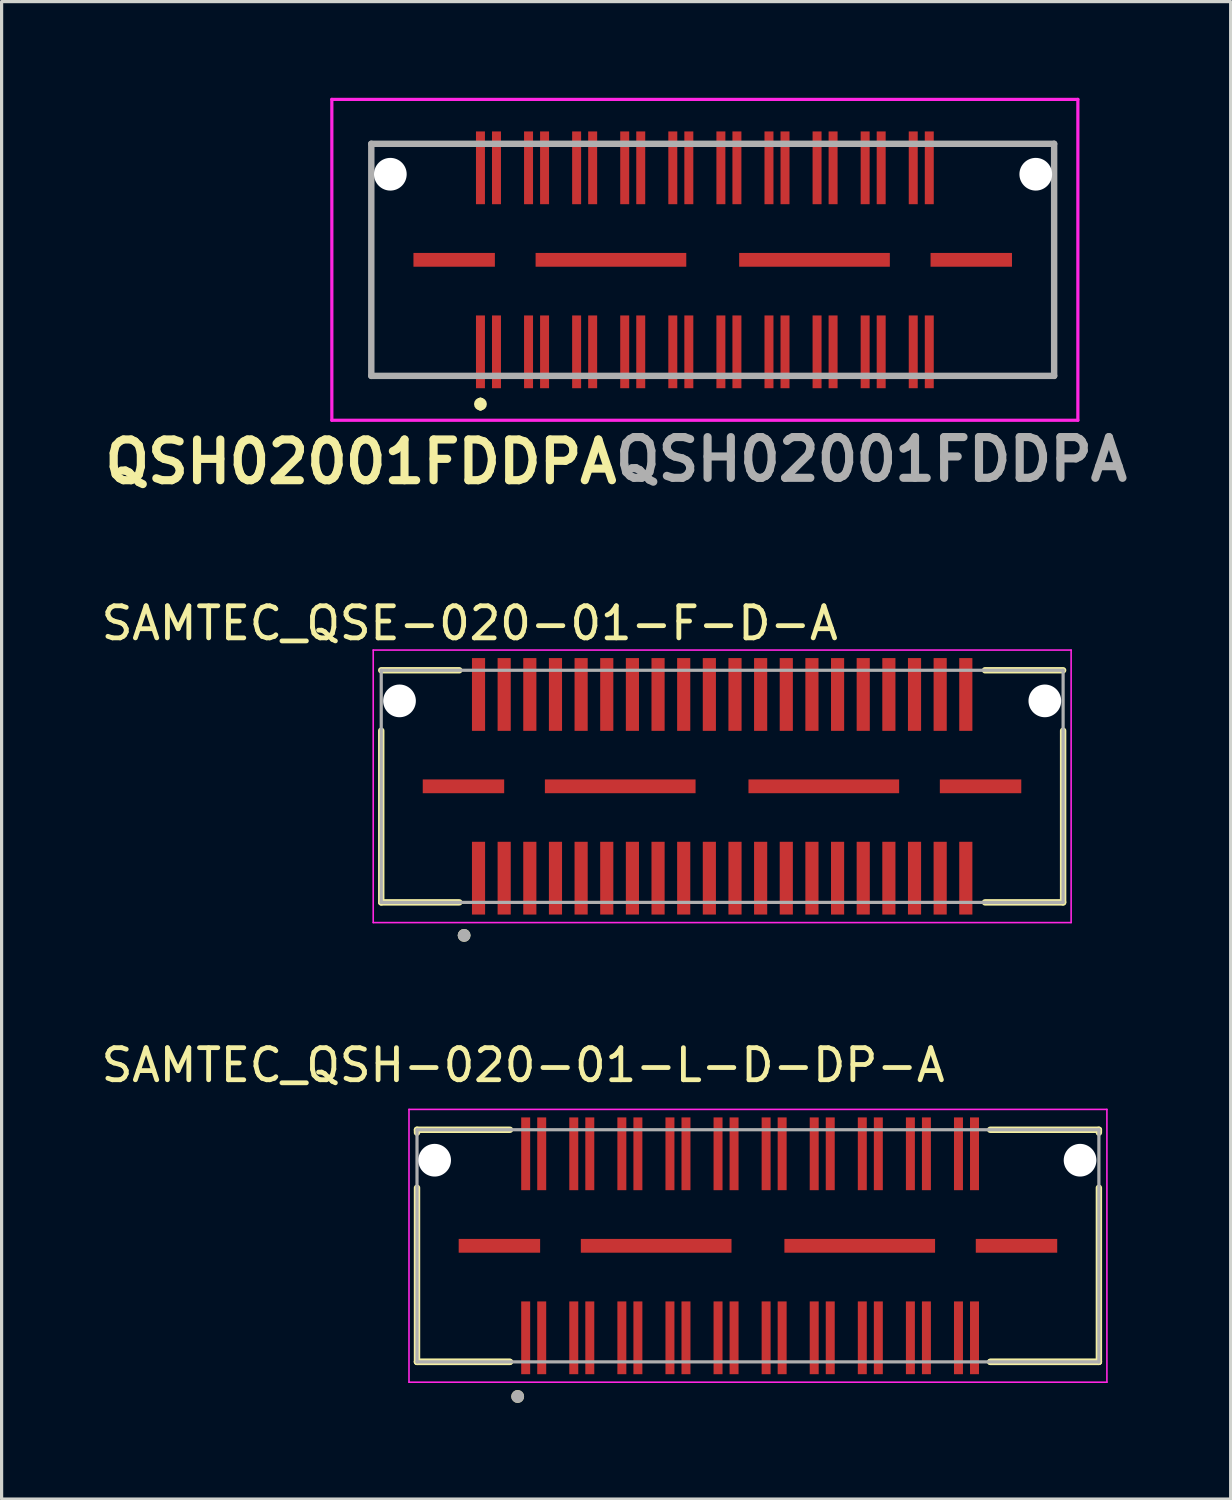
<source format=kicad_pcb>
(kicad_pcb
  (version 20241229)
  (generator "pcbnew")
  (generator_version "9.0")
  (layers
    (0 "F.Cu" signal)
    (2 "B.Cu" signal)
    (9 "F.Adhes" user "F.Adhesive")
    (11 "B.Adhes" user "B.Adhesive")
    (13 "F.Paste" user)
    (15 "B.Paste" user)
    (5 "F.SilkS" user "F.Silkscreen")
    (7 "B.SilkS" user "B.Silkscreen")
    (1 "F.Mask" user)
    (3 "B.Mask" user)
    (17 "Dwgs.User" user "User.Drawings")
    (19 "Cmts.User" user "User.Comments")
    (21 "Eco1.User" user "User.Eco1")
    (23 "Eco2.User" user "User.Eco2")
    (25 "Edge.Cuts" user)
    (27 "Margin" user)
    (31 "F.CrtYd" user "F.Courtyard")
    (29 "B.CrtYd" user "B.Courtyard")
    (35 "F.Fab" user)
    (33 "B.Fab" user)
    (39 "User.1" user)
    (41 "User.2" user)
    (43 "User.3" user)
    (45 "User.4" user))
  (footprint "SAMTEC_QSH-020-01-L-D-DP-A"
    (layer "F.Cu")
    (at 20.593 35.811)
    (property "Reference" "SAMTEC_QSH-020-01-L-D-DP-A" (at -7.325 -5.635 0) (layer "F.SilkS") (effects (font (size 1 1) (thickness 0.15))))
    (attr smd)
    (fp_line (start -10.635 -3.62) (end -7.735 -3.62) (stroke (width 0.2) (type solid)) (layer "F.SilkS"))
    (fp_line (start -10.635 -3.53) (end -10.635 -3.62) (stroke (width 0.2) (type solid)) (layer "F.SilkS"))
    (fp_line (start -10.635 3.62) (end -10.635 -1.81) (stroke (width 0.2) (type solid)) (layer "F.SilkS"))
    (fp_line (start -7.745 3.62) (end -10.635 3.62) (stroke (width 0.2) (type solid)) (layer "F.SilkS"))
    (fp_line (start -7.735 3.62) (end -10.635 3.62) (stroke (width 0.2) (type solid)) (layer "F.SilkS"))
    (fp_line (start 7.245 -3.62) (end 10.635 -3.62) (stroke (width 0.2) (type solid)) (layer "F.SilkS"))
    (fp_line (start 10.635 -3.62) (end 10.635 -3.53) (stroke (width 0.2) (type solid)) (layer "F.SilkS"))
    (fp_line (start 10.635 3.62) (end 7.245 3.62) (stroke (width 0.2) (type solid)) (layer "F.SilkS"))
    (fp_line (start 10.635 3.62) (end 7.255 3.62) (stroke (width 0.2) (type solid)) (layer "F.SilkS"))
    (fp_line (start 10.635 3.62) (end 10.635 -1.81) (stroke (width 0.2) (type solid)) (layer "F.SilkS"))
    (fp_circle (center -7.495 4.7) (end -7.395 4.7) (stroke (width 0.2) (type solid)) (fill no) (layer "F.SilkS"))
    (fp_line (start -10.885 -4.255) (end -10.885 4.255) (stroke (width 0.05) (type solid)) (layer "F.CrtYd"))
    (fp_line (start -10.885 4.255) (end 10.885 4.255) (stroke (width 0.05) (type solid)) (layer "F.CrtYd"))
    (fp_line (start 10.885 -4.255) (end -10.885 -4.255) (stroke (width 0.05) (type solid)) (layer "F.CrtYd"))
    (fp_line (start 10.885 4.255) (end 10.885 -4.255) (stroke (width 0.05) (type solid)) (layer "F.CrtYd"))
    (fp_line (start -10.635 -3.62) (end 10.635 -3.62) (stroke (width 0.1) (type solid)) (layer "F.Fab"))
    (fp_line (start -10.635 3.62) (end -10.635 -3.62) (stroke (width 0.1) (type solid)) (layer "F.Fab"))
    (fp_line (start 10.635 -3.62) (end 10.635 3.62) (stroke (width 0.1) (type solid)) (layer "F.Fab"))
    (fp_line (start 10.635 3.62) (end -10.635 3.62) (stroke (width 0.1) (type solid)) (layer "F.Fab"))
    (fp_circle (center -7.495 4.7) (end -7.395 4.7) (stroke (width 0.2) (type solid)) (fill no) (layer "F.Fab"))
    (pad "" np_thru_hole circle (at -10.085 -2.67) (size 1.02 1.02) (drill 1.02) (layers "*.Cu" "*.Mask"))
    (pad "" np_thru_hole circle (at 10.048 -2.67) (size 1.02 1.02) (drill 1.02) (layers "*.Cu" "*.Mask"))
    (pad "01" smd rect (at -7.245 2.87) (size 0.28 2.27) (layers "F.Cu" "F.Mask" "F.Paste"))
    (pad "02" smd rect (at -7.245 -2.87) (size 0.28 2.27) (layers "F.Cu" "F.Mask" "F.Paste"))
    (pad "03" smd rect (at -6.745 2.87) (size 0.28 2.27) (layers "F.Cu" "F.Mask" "F.Paste"))
    (pad "04" smd rect (at -6.745 -2.87) (size 0.28 2.27) (layers "F.Cu" "F.Mask" "F.Paste"))
    (pad "05" smd rect (at -5.745 2.87) (size 0.28 2.27) (layers "F.Cu" "F.Mask" "F.Paste"))
    (pad "06" smd rect (at -5.745 -2.87) (size 0.28 2.27) (layers "F.Cu" "F.Mask" "F.Paste"))
    (pad "07" smd rect (at -5.245 2.87) (size 0.28 2.27) (layers "F.Cu" "F.Mask" "F.Paste"))
    (pad "08" smd rect (at -5.245 -2.87) (size 0.28 2.27) (layers "F.Cu" "F.Mask" "F.Paste"))
    (pad "09" smd rect (at -4.245 2.87) (size 0.28 2.27) (layers "F.Cu" "F.Mask" "F.Paste"))
    (pad "10" smd rect (at -4.245 -2.87) (size 0.28 2.27) (layers "F.Cu" "F.Mask" "F.Paste"))
    (pad "11" smd rect (at -3.745 2.87) (size 0.28 2.27) (layers "F.Cu" "F.Mask" "F.Paste"))
    (pad "12" smd rect (at -3.745 -2.87) (size 0.28 2.27) (layers "F.Cu" "F.Mask" "F.Paste"))
    (pad "13" smd rect (at -2.745 2.87) (size 0.28 2.27) (layers "F.Cu" "F.Mask" "F.Paste"))
    (pad "14" smd rect (at -2.745 -2.87) (size 0.28 2.27) (layers "F.Cu" "F.Mask" "F.Paste"))
    (pad "15" smd rect (at -2.245 2.87) (size 0.28 2.27) (layers "F.Cu" "F.Mask" "F.Paste"))
    (pad "16" smd rect (at -2.245 -2.87) (size 0.28 2.27) (layers "F.Cu" "F.Mask" "F.Paste"))
    (pad "17" smd rect (at -1.245 2.87) (size 0.28 2.27) (layers "F.Cu" "F.Mask" "F.Paste"))
    (pad "18" smd rect (at -1.245 -2.87) (size 0.28 2.27) (layers "F.Cu" "F.Mask" "F.Paste"))
    (pad "19" smd rect (at -0.745 2.87) (size 0.28 2.27) (layers "F.Cu" "F.Mask" "F.Paste"))
    (pad "20" smd rect (at -0.745 -2.87) (size 0.28 2.27) (layers "F.Cu" "F.Mask" "F.Paste"))
    (pad "21" smd rect (at 0.255 2.87) (size 0.28 2.27) (layers "F.Cu" "F.Mask" "F.Paste"))
    (pad "22" smd rect (at 0.255 -2.87) (size 0.28 2.27) (layers "F.Cu" "F.Mask" "F.Paste"))
    (pad "23" smd rect (at 0.755 2.87) (size 0.28 2.27) (layers "F.Cu" "F.Mask" "F.Paste"))
    (pad "24" smd rect (at 0.755 -2.87) (size 0.28 2.27) (layers "F.Cu" "F.Mask" "F.Paste"))
    (pad "25" smd rect (at 1.755 2.87) (size 0.28 2.27) (layers "F.Cu" "F.Mask" "F.Paste"))
    (pad "26" smd rect (at 1.755 -2.87) (size 0.28 2.27) (layers "F.Cu" "F.Mask" "F.Paste"))
    (pad "27" smd rect (at 2.255 2.87) (size 0.28 2.27) (layers "F.Cu" "F.Mask" "F.Paste"))
    (pad "28" smd rect (at 2.255 -2.87) (size 0.28 2.27) (layers "F.Cu" "F.Mask" "F.Paste"))
    (pad "29" smd rect (at 3.255 2.87) (size 0.28 2.27) (layers "F.Cu" "F.Mask" "F.Paste"))
    (pad "30" smd rect (at 3.255 -2.87) (size 0.28 2.27) (layers "F.Cu" "F.Mask" "F.Paste"))
    (pad "31" smd rect (at 3.755 2.87) (size 0.28 2.27) (layers "F.Cu" "F.Mask" "F.Paste"))
    (pad "32" smd rect (at 3.755 -2.87) (size 0.28 2.27) (layers "F.Cu" "F.Mask" "F.Paste"))
    (pad "33" smd rect (at 4.755 2.87) (size 0.28 2.27) (layers "F.Cu" "F.Mask" "F.Paste"))
    (pad "34" smd rect (at 4.755 -2.87) (size 0.28 2.27) (layers "F.Cu" "F.Mask" "F.Paste"))
    (pad "35" smd rect (at 5.255 2.87) (size 0.28 2.27) (layers "F.Cu" "F.Mask" "F.Paste"))
    (pad "36" smd rect (at 5.255 -2.87) (size 0.28 2.27) (layers "F.Cu" "F.Mask" "F.Paste"))
    (pad "37" smd rect (at 6.255 2.87) (size 0.28 2.27) (layers "F.Cu" "F.Mask" "F.Paste"))
    (pad "38" smd rect (at 6.255 -2.87) (size 0.28 2.27) (layers "F.Cu" "F.Mask" "F.Paste"))
    (pad "39" smd rect (at 6.755 2.87) (size 0.28 2.27) (layers "F.Cu" "F.Mask" "F.Paste"))
    (pad "40" smd rect (at 6.755 -2.87) (size 0.28 2.27) (layers "F.Cu" "F.Mask" "F.Paste"))
    (pad "G1" smd rect (at -8.065 0) (size 2.54 0.43) (layers "F.Cu" "F.Mask" "F.Paste"))
    (pad "G2" smd rect (at -3.175 0) (size 4.7 0.43) (layers "F.Cu" "F.Mask" "F.Paste"))
    (pad "G3" smd rect (at 3.175 0) (size 4.7 0.43) (layers "F.Cu" "F.Mask" "F.Paste"))
    (pad "G4" smd rect (at 8.065 0) (size 2.54 0.43) (layers "F.Cu" "F.Mask" "F.Paste")))
  (footprint "SAMTEC_QSE-020-01-F-D-A"
    (layer "F.Cu")
    (at 19.477 21.478)
    (property "Reference" "SAMTEC_QSE-020-01-F-D-A" (at -7.875 -5.086 0) (layer "F.SilkS") (effects (font (size 1 1) (thickness 0.15))))
    (attr smd)
    (fp_line (start -10.635 -1.735) (end -10.635 3.62) (stroke (width 0.2) (type solid)) (layer "F.SilkS"))
    (fp_line (start -10.635 3.62) (end -8.2 3.62) (stroke (width 0.2) (type solid)) (layer "F.SilkS"))
    (fp_line (start -8.2 -3.62) (end -10.635 -3.62) (stroke (width 0.2) (type solid)) (layer "F.SilkS"))
    (fp_line (start 8.2 -3.62) (end 10.635 -3.62) (stroke (width 0.2) (type solid)) (layer "F.SilkS"))
    (fp_line (start 10.635 -1.735) (end 10.635 3.62) (stroke (width 0.2) (type solid)) (layer "F.SilkS"))
    (fp_line (start 10.635 3.62) (end 8.2 3.62) (stroke (width 0.2) (type solid)) (layer "F.SilkS"))
    (fp_circle (center -8.05 4.65) (end -7.95 4.65) (stroke (width 0.2) (type solid)) (fill no) (layer "F.SilkS"))
    (fp_line (start -10.885 -4.25) (end 10.885 -4.25) (stroke (width 0.05) (type solid)) (layer "F.CrtYd"))
    (fp_line (start -10.885 4.25) (end -10.885 -4.25) (stroke (width 0.05) (type solid)) (layer "F.CrtYd"))
    (fp_line (start 10.885 -4.25) (end 10.885 4.25) (stroke (width 0.05) (type solid)) (layer "F.CrtYd"))
    (fp_line (start 10.885 4.25) (end -10.885 4.25) (stroke (width 0.05) (type solid)) (layer "F.CrtYd"))
    (fp_line (start -10.635 -3.62) (end 10.635 -3.62) (stroke (width 0.1) (type solid)) (layer "F.Fab"))
    (fp_line (start -10.635 3.62) (end -10.635 -3.62) (stroke (width 0.1) (type solid)) (layer "F.Fab"))
    (fp_line (start 10.635 -3.62) (end 10.635 3.62) (stroke (width 0.1) (type solid)) (layer "F.Fab"))
    (fp_line (start 10.635 3.62) (end -10.635 3.62) (stroke (width 0.1) (type solid)) (layer "F.Fab"))
    (fp_circle (center -8.05 4.65) (end -7.95 4.65) (stroke (width 0.2) (type solid)) (fill no) (layer "F.Fab"))
    (pad "" np_thru_hole circle (at -10.065 -2.665) (size 1.02 1.02) (drill 1.02) (layers "*.Cu" "*.Mask"))
    (pad "" np_thru_hole circle (at 10.065 -2.665) (size 1.02 1.02) (drill 1.02) (layers "*.Cu" "*.Mask"))
    (pad "0" smd rect (at -8.07 0) (size 2.54 0.43) (layers "F.Cu" "F.Mask" "F.Paste"))
    (pad "0" smd rect (at -3.18 0) (size 4.7 0.43) (layers "F.Cu" "F.Mask" "F.Paste"))
    (pad "0" smd rect (at 3.17 0) (size 4.7 0.43) (layers "F.Cu" "F.Mask" "F.Paste"))
    (pad "0" smd rect (at 8.06 0) (size 2.54 0.43) (layers "F.Cu" "F.Mask" "F.Paste"))
    (pad "01" smd rect (at -7.6 2.865) (size 0.41 2.27) (layers "F.Cu" "F.Mask" "F.Paste"))
    (pad "02" smd rect (at -7.6 -2.865 90) (size 2.27 0.41) (layers "F.Cu" "F.Mask" "F.Paste"))
    (pad "03" smd rect (at -6.8 2.865) (size 0.41 2.27) (layers "F.Cu" "F.Mask" "F.Paste"))
    (pad "04" smd rect (at -6.8 -2.865 90) (size 2.27 0.41) (layers "F.Cu" "F.Mask" "F.Paste"))
    (pad "05" smd rect (at -6 2.865) (size 0.41 2.27) (layers "F.Cu" "F.Mask" "F.Paste"))
    (pad "06" smd rect (at -6 -2.865 90) (size 2.27 0.41) (layers "F.Cu" "F.Mask" "F.Paste"))
    (pad "07" smd rect (at -5.2 2.865) (size 0.41 2.27) (layers "F.Cu" "F.Mask" "F.Paste"))
    (pad "08" smd rect (at -5.2 -2.865 90) (size 2.27 0.41) (layers "F.Cu" "F.Mask" "F.Paste"))
    (pad "09" smd rect (at -4.4 2.865) (size 0.41 2.27) (layers "F.Cu" "F.Mask" "F.Paste"))
    (pad "10" smd rect (at -4.4 -2.865 90) (size 2.27 0.41) (layers "F.Cu" "F.Mask" "F.Paste"))
    (pad "11" smd rect (at -3.6 2.865) (size 0.41 2.27) (layers "F.Cu" "F.Mask" "F.Paste"))
    (pad "12" smd rect (at -3.6 -2.865 90) (size 2.27 0.41) (layers "F.Cu" "F.Mask" "F.Paste"))
    (pad "13" smd rect (at -2.8 2.865) (size 0.41 2.27) (layers "F.Cu" "F.Mask" "F.Paste"))
    (pad "14" smd rect (at -2.8 -2.865 90) (size 2.27 0.41) (layers "F.Cu" "F.Mask" "F.Paste"))
    (pad "15" smd rect (at -2 2.865) (size 0.41 2.27) (layers "F.Cu" "F.Mask" "F.Paste"))
    (pad "16" smd rect (at -2 -2.865 90) (size 2.27 0.41) (layers "F.Cu" "F.Mask" "F.Paste"))
    (pad "17" smd rect (at -1.2 2.865) (size 0.41 2.27) (layers "F.Cu" "F.Mask" "F.Paste"))
    (pad "18" smd rect (at -1.2 -2.865 90) (size 2.27 0.41) (layers "F.Cu" "F.Mask" "F.Paste"))
    (pad "19" smd rect (at -0.4 2.865) (size 0.41 2.27) (layers "F.Cu" "F.Mask" "F.Paste"))
    (pad "20" smd rect (at -0.4 -2.865 90) (size 2.27 0.41) (layers "F.Cu" "F.Mask" "F.Paste"))
    (pad "21" smd rect (at 0.4 2.865) (size 0.41 2.27) (layers "F.Cu" "F.Mask" "F.Paste"))
    (pad "22" smd rect (at 0.4 -2.865 90) (size 2.27 0.41) (layers "F.Cu" "F.Mask" "F.Paste"))
    (pad "23" smd rect (at 1.2 2.865) (size 0.41 2.27) (layers "F.Cu" "F.Mask" "F.Paste"))
    (pad "24" smd rect (at 1.2 -2.865 90) (size 2.27 0.41) (layers "F.Cu" "F.Mask" "F.Paste"))
    (pad "25" smd rect (at 2 2.865) (size 0.41 2.27) (layers "F.Cu" "F.Mask" "F.Paste"))
    (pad "26" smd rect (at 2 -2.865 90) (size 2.27 0.41) (layers "F.Cu" "F.Mask" "F.Paste"))
    (pad "27" smd rect (at 2.8 2.865) (size 0.41 2.27) (layers "F.Cu" "F.Mask" "F.Paste"))
    (pad "28" smd rect (at 2.8 -2.865 90) (size 2.27 0.41) (layers "F.Cu" "F.Mask" "F.Paste"))
    (pad "29" smd rect (at 3.6 2.865) (size 0.41 2.27) (layers "F.Cu" "F.Mask" "F.Paste"))
    (pad "30" smd rect (at 3.6 -2.865 90) (size 2.27 0.41) (layers "F.Cu" "F.Mask" "F.Paste"))
    (pad "31" smd rect (at 4.4 2.865) (size 0.41 2.27) (layers "F.Cu" "F.Mask" "F.Paste"))
    (pad "32" smd rect (at 4.4 -2.865 90) (size 2.27 0.41) (layers "F.Cu" "F.Mask" "F.Paste"))
    (pad "33" smd rect (at 5.2 2.865) (size 0.41 2.27) (layers "F.Cu" "F.Mask" "F.Paste"))
    (pad "34" smd rect (at 5.2 -2.865 90) (size 2.27 0.41) (layers "F.Cu" "F.Mask" "F.Paste"))
    (pad "35" smd rect (at 6 2.865) (size 0.41 2.27) (layers "F.Cu" "F.Mask" "F.Paste"))
    (pad "36" smd rect (at 6 -2.865 90) (size 2.27 0.41) (layers "F.Cu" "F.Mask" "F.Paste"))
    (pad "37" smd rect (at 6.8 2.865) (size 0.41 2.27) (layers "F.Cu" "F.Mask" "F.Paste"))
    (pad "38" smd rect (at 6.8 -2.865 90) (size 2.27 0.41) (layers "F.Cu" "F.Mask" "F.Paste"))
    (pad "39" smd rect (at 7.6 2.865) (size 0.41 2.27) (layers "F.Cu" "F.Mask" "F.Paste"))
    (pad "40" smd rect (at 7.6 -2.865 90) (size 2.27 0.41) (layers "F.Cu" "F.Mask" "F.Paste")))
  (footprint "QSH02001FDDPA"
    (layer "F.Cu")
    (at 19.182 5.055)
    (property "Reference" "QSH02001FDDPA" (at -10.975 6.3 0) (layer "F.SilkS") (effects (font (size 1.27 1.27) (thickness 0.254))))
    (attr through_hole)
    (fp_line (start -10.65 -3.62) (end -7.745 -3.62) (stroke (width 0.1) (type solid)) (layer "F.SilkS"))
    (fp_line (start -10.65 -2) (end -10.65 3.62) (stroke (width 0.1) (type solid)) (layer "F.SilkS"))
    (fp_line (start -10.65 3.62) (end -7.745 3.62) (stroke (width 0.1) (type solid)) (layer "F.SilkS"))
    (fp_line (start -7.245 4.4) (end -7.245 4.4) (stroke (width 0.2) (type solid)) (layer "F.SilkS"))
    (fp_line (start -7.245 4.6) (end -7.245 4.6) (stroke (width 0.2) (type solid)) (layer "F.SilkS"))
    (fp_line (start 7.255 -3.62) (end 10.65 -3.62) (stroke (width 0.1) (type solid)) (layer "F.SilkS"))
    (fp_line (start 7.755 3.62) (end 10.65 3.62) (stroke (width 0.1) (type solid)) (layer "F.SilkS"))
    (fp_line (start 10.65 3.62) (end 10.65 -2) (stroke (width 0.1) (type solid)) (layer "F.SilkS"))
    (fp_arc (start -7.246 4.4) (mid -7.1455 4.4995) (end -7.245 4.6) (stroke (width 0.2) (type solid)) (layer "F.SilkS"))
    (fp_arc (start -7.246 4.6) (mid -7.3455 4.4995) (end -7.245 4.4) (stroke (width 0.2) (type solid)) (layer "F.SilkS"))
    (fp_line (start -11.881 -5.005) (end 11.39 -5.005) (stroke (width 0.1) (type solid)) (layer "F.CrtYd"))
    (fp_line (start -11.881 5.005) (end -11.881 -5.005) (stroke (width 0.1) (type solid)) (layer "F.CrtYd"))
    (fp_line (start 11.39 -5.005) (end 11.39 5.005) (stroke (width 0.1) (type solid)) (layer "F.CrtYd"))
    (fp_line (start 11.39 5.005) (end -11.881 5.005) (stroke (width 0.1) (type solid)) (layer "F.CrtYd"))
    (fp_line (start -10.65 -3.62) (end 10.65 -3.62) (stroke (width 0.2) (type solid)) (layer "F.Fab"))
    (fp_line (start -10.65 3.62) (end -10.65 -3.62) (stroke (width 0.2) (type solid)) (layer "F.Fab"))
    (fp_line (start 10.65 -3.62) (end 10.65 3.62) (stroke (width 0.2) (type solid)) (layer "F.Fab"))
    (fp_line (start 10.65 3.62) (end -10.65 3.62) (stroke (width 0.2) (type solid)) (layer "F.Fab"))
    (fp_text user "${REFERENCE}" (at 4.95 6.225 0) (layer "F.Fab") (effects (font (size 1.27 1.27) (thickness 0.254))))
    (pad "" np_thru_hole circle (at -10.056 -2.67) (size 1.02 1.02) (drill 1.02) (layers "*.Cu" "*.Mask"))
    (pad "" np_thru_hole circle (at 10.077 -2.67) (size 1.02 1.02) (drill 1.02) (layers "*.Cu" "*.Mask"))
    (pad "1" smd rect (at -7.245 2.87) (size 0.28 2.27) (layers "F.Cu" "F.Mask" "F.Paste"))
    (pad "2" smd rect (at -7.245 -2.87) (size 0.28 2.27) (layers "F.Cu" "F.Mask" "F.Paste"))
    (pad "3" smd rect (at -6.745 2.87) (size 0.28 2.27) (layers "F.Cu" "F.Mask" "F.Paste"))
    (pad "4" smd rect (at -6.745 -2.87) (size 0.28 2.27) (layers "F.Cu" "F.Mask" "F.Paste"))
    (pad "5" smd rect (at -5.745 2.87) (size 0.28 2.27) (layers "F.Cu" "F.Mask" "F.Paste"))
    (pad "6" smd rect (at -5.745 -2.87) (size 0.28 2.27) (layers "F.Cu" "F.Mask" "F.Paste"))
    (pad "7" smd rect (at -5.245 2.87) (size 0.28 2.27) (layers "F.Cu" "F.Mask" "F.Paste"))
    (pad "8" smd rect (at -5.245 -2.87) (size 0.28 2.27) (layers "F.Cu" "F.Mask" "F.Paste"))
    (pad "9" smd rect (at -4.245 2.87) (size 0.28 2.27) (layers "F.Cu" "F.Mask" "F.Paste"))
    (pad "10" smd rect (at -4.245 -2.87) (size 0.28 2.27) (layers "F.Cu" "F.Mask" "F.Paste"))
    (pad "11" smd rect (at -3.745 2.87) (size 0.28 2.27) (layers "F.Cu" "F.Mask" "F.Paste"))
    (pad "12" smd rect (at -3.745 -2.87) (size 0.28 2.27) (layers "F.Cu" "F.Mask" "F.Paste"))
    (pad "13" smd rect (at -2.745 2.87) (size 0.28 2.27) (layers "F.Cu" "F.Mask" "F.Paste"))
    (pad "14" smd rect (at -2.745 -2.87) (size 0.28 2.27) (layers "F.Cu" "F.Mask" "F.Paste"))
    (pad "15" smd rect (at -2.245 2.87) (size 0.28 2.27) (layers "F.Cu" "F.Mask" "F.Paste"))
    (pad "16" smd rect (at -2.245 -2.87) (size 0.28 2.27) (layers "F.Cu" "F.Mask" "F.Paste"))
    (pad "17" smd rect (at -1.245 2.87) (size 0.28 2.27) (layers "F.Cu" "F.Mask" "F.Paste"))
    (pad "18" smd rect (at -1.245 -2.87) (size 0.28 2.27) (layers "F.Cu" "F.Mask" "F.Paste"))
    (pad "19" smd rect (at -0.745 2.87) (size 0.28 2.27) (layers "F.Cu" "F.Mask" "F.Paste"))
    (pad "20" smd rect (at -0.745 -2.87) (size 0.28 2.27) (layers "F.Cu" "F.Mask" "F.Paste"))
    (pad "21" smd rect (at 0.255 2.87) (size 0.28 2.27) (layers "F.Cu" "F.Mask" "F.Paste"))
    (pad "22" smd rect (at 0.255 -2.87) (size 0.28 2.27) (layers "F.Cu" "F.Mask" "F.Paste"))
    (pad "23" smd rect (at 0.755 2.87) (size 0.28 2.27) (layers "F.Cu" "F.Mask" "F.Paste"))
    (pad "24" smd rect (at 0.755 -2.87) (size 0.28 2.27) (layers "F.Cu" "F.Mask" "F.Paste"))
    (pad "25" smd rect (at 1.755 2.87) (size 0.28 2.27) (layers "F.Cu" "F.Mask" "F.Paste"))
    (pad "26" smd rect (at 1.755 -2.87) (size 0.28 2.27) (layers "F.Cu" "F.Mask" "F.Paste"))
    (pad "27" smd rect (at 2.255 2.87) (size 0.28 2.27) (layers "F.Cu" "F.Mask" "F.Paste"))
    (pad "28" smd rect (at 2.255 -2.87) (size 0.28 2.27) (layers "F.Cu" "F.Mask" "F.Paste"))
    (pad "29" smd rect (at 3.255 2.87) (size 0.28 2.27) (layers "F.Cu" "F.Mask" "F.Paste"))
    (pad "30" smd rect (at 3.255 -2.87) (size 0.28 2.27) (layers "F.Cu" "F.Mask" "F.Paste"))
    (pad "31" smd rect (at 3.755 2.87) (size 0.28 2.27) (layers "F.Cu" "F.Mask" "F.Paste"))
    (pad "32" smd rect (at 3.755 -2.87) (size 0.28 2.27) (layers "F.Cu" "F.Mask" "F.Paste"))
    (pad "33" smd rect (at 4.755 2.87) (size 0.28 2.27) (layers "F.Cu" "F.Mask" "F.Paste"))
    (pad "34" smd rect (at 4.755 -2.87) (size 0.28 2.27) (layers "F.Cu" "F.Mask" "F.Paste"))
    (pad "35" smd rect (at 5.255 2.87) (size 0.28 2.27) (layers "F.Cu" "F.Mask" "F.Paste"))
    (pad "36" smd rect (at 5.255 -2.87) (size 0.28 2.27) (layers "F.Cu" "F.Mask" "F.Paste"))
    (pad "37" smd rect (at 6.255 2.87) (size 0.28 2.27) (layers "F.Cu" "F.Mask" "F.Paste"))
    (pad "38" smd rect (at 6.255 -2.87) (size 0.28 2.27) (layers "F.Cu" "F.Mask" "F.Paste"))
    (pad "39" smd rect (at 6.755 2.87) (size 0.28 2.27) (layers "F.Cu" "F.Mask" "F.Paste"))
    (pad "40" smd rect (at 6.755 -2.87) (size 0.28 2.27) (layers "F.Cu" "F.Mask" "F.Paste"))
    (pad "GND" smd rect (at -8.065 0 90) (size 0.43 2.54) (layers "F.Cu" "F.Mask" "F.Paste"))
    (pad "GND" smd rect (at -3.175 0 90) (size 0.43 4.7) (layers "F.Cu" "F.Mask" "F.Paste"))
    (pad "GND" smd rect (at 3.175 0 90) (size 0.43 4.7) (layers "F.Cu" "F.Mask" "F.Paste"))
    (pad "GND" smd rect (at 8.065 0 90) (size 0.43 2.54) (layers "F.Cu" "F.Mask" "F.Paste")))
  (gr_rect
    (start -3 -3)
    (end 35.338 43.711)
    (stroke (width 0.1) (type default))
    (fill no)
    (layer "Edge.Cuts")))
</source>
